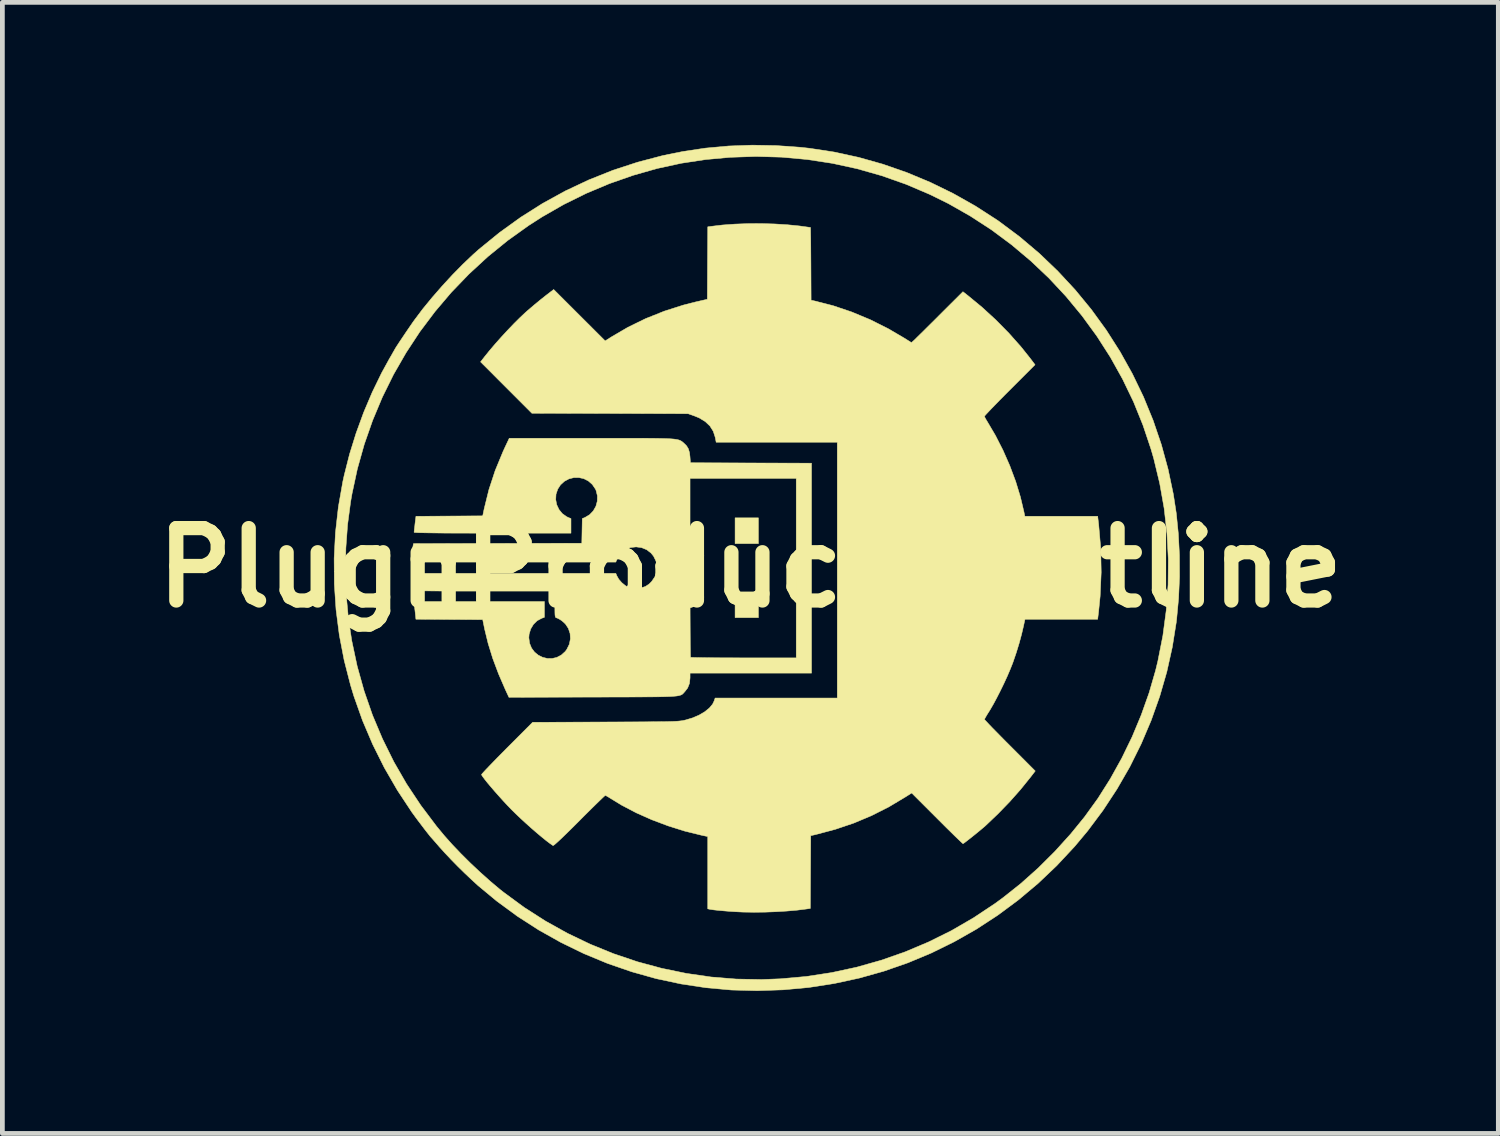
<source format=kicad_pcb>
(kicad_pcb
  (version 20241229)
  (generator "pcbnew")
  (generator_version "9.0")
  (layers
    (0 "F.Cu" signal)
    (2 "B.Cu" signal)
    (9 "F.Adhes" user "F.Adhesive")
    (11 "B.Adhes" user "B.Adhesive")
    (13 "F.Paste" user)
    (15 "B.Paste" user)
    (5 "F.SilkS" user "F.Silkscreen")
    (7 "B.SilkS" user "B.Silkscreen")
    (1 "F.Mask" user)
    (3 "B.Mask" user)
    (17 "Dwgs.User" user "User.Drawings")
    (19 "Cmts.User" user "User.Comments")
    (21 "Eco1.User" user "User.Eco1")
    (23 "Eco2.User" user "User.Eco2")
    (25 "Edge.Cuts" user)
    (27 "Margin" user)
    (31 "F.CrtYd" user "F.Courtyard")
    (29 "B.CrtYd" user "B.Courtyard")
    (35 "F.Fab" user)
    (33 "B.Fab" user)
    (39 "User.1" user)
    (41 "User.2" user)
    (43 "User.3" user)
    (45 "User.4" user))
  (footprint "PlugnProduce_Outline"
    (layer "F.Cu")
    (at 12.744 8.9)
    (property "Reference" "PlugnProduce_Outline" (at 0 0 0) (layer "F.SilkS") (effects (font (size 1.524 1.524) (thickness 0.3))))
    (attr through_hole)
    (fp_poly (pts (xy 0.169 -0.508) (xy -0.322 -0.508) (xy -0.322 -1.05) (xy 0.169 -1.05) (xy 0.169 -0.508)) (stroke (width 0.01) (type solid)) (fill yes) (layer "F.SilkS"))
    (fp_poly (pts (xy 0.169 1.05) (xy -0.322 1.05) (xy -0.322 0.508) (xy 0.169 0.508) (xy 0.169 1.05)) (stroke (width 0.01) (type solid)) (fill yes) (layer "F.SilkS"))
    (fp_poly (pts (xy -2.802 -2.726) (xy -2.577 -2.726) (xy -2.379 -2.726) (xy -2.207 -2.725) (xy -2.059 -2.724) (xy -1.933 -2.722) (xy -1.827 -2.72) (xy -1.738 -2.717) (xy -1.666 -2.713) (xy -1.607 -2.708) (xy -1.56 -2.701) (xy -1.523 -2.694) (xy -1.494 -2.685) (xy -1.471 -2.675) (xy -1.451 -2.664) (xy -1.433 -2.651) (xy -1.415 -2.636) (xy -1.4 -2.623) (xy -1.342 -2.565) (xy -1.304 -2.501) (xy -1.281 -2.421) (xy -1.271 -2.337) (xy -1.262 -2.21) (xy 0.013 -2.205) (xy 1.287 -2.201) (xy 1.287 2.218) (xy -1.27 2.218) (xy -1.27 2.32) (xy -1.282 2.434) (xy -1.32 2.53) (xy -1.377 2.604) (xy -1.393 2.622) (xy -1.407 2.638) (xy -1.421 2.652) (xy -1.436 2.665) (xy -1.454 2.675) (xy -1.478 2.684) (xy -1.509 2.692) (xy -1.55 2.699) (xy -1.602 2.704) (xy -1.667 2.709) (xy -1.748 2.712) (xy -1.846 2.715) (xy -1.963 2.717) (xy -2.101 2.718) (xy -2.262 2.719) (xy -2.449 2.72) (xy -2.663 2.721) (xy -2.905 2.721) (xy -3.179 2.722) (xy -3.307 2.722) (xy -5.082 2.727) (xy -5.159 2.561) (xy -5.3 2.235) (xy -5.422 1.91) (xy -5.52 1.593) (xy -5.594 1.29) (xy -5.596 1.278) (xy -5.634 1.092) (xy -6.337 1.088) (xy -7.04 1.083) (xy -7.051 0.978) (xy -7.059 0.905) (xy -7.068 0.83) (xy -7.072 0.792) (xy -7.082 0.711) (xy -4.335 0.711) (xy -4.335 1.043) (xy -4.391 1.063) (xy -4.488 1.115) (xy -4.567 1.193) (xy -4.624 1.289) (xy -4.657 1.398) (xy -4.663 1.473) (xy -4.647 1.59) (xy -4.606 1.691) (xy -4.543 1.775) (xy -4.464 1.84) (xy -4.373 1.885) (xy -4.275 1.909) (xy -4.173 1.91) (xy -4.074 1.887) (xy -3.98 1.838) (xy -3.897 1.763) (xy -3.864 1.718) (xy -3.81 1.609) (xy -3.788 1.496) (xy -3.795 1.384) (xy -3.831 1.277) (xy -3.894 1.182) (xy -3.966 1.117) (xy -4.015 1.085) (xy -4.059 1.062) (xy -4.076 1.056) (xy -4.09 1.051) (xy -4.101 1.043) (xy -4.107 1.025) (xy -4.112 0.994) (xy -4.114 0.943) (xy -4.115 0.869) (xy -4.115 0.769) (xy -4.115 0.491) (xy -5.603 0.491) (xy -5.863 0.491) (xy -6.092 0.491) (xy -6.29 0.491) (xy -6.461 0.49) (xy -6.606 0.489) (xy -6.728 0.488) (xy -6.828 0.487) (xy -6.909 0.486) (xy -6.972 0.484) (xy -7.02 0.481) (xy -7.055 0.478) (xy -7.079 0.475) (xy -7.093 0.471) (xy -7.1 0.467) (xy -7.102 0.464) (xy -7.106 0.436) (xy -7.11 0.383) (xy -7.112 0.315) (xy -7.112 0.278) (xy -7.112 0.119) (xy -2.832 0.119) (xy -2.809 0.173) (xy -2.768 0.244) (xy -2.706 0.315) (xy -2.634 0.374) (xy -2.6 0.395) (xy -2.549 0.416) (xy -2.489 0.428) (xy -2.409 0.431) (xy -2.405 0.431) (xy -2.296 0.423) (xy -2.208 0.394) (xy -2.131 0.342) (xy -2.08 0.292) (xy -2.012 0.193) (xy -1.974 0.084) (xy -1.966 -0.029) (xy -1.987 -0.14) (xy -2.038 -0.244) (xy -2.091 -0.309) (xy -2.181 -0.379) (xy -2.288 -0.423) (xy -2.404 -0.439) (xy -2.521 -0.426) (xy -2.533 -0.423) (xy -2.607 -0.389) (xy -2.683 -0.334) (xy -2.75 -0.266) (xy -2.798 -0.195) (xy -2.802 -0.188) (xy -2.833 -0.119) (xy -7.112 -0.119) (xy -7.112 -0.26) (xy -7.111 -0.334) (xy -7.107 -0.4) (xy -7.103 -0.448) (xy -7.101 -0.455) (xy -7.091 -0.508) (xy -5.319 -0.512) (xy -3.548 -0.516) (xy -3.538 -1.035) (xy -3.48 -1.059) (xy -3.383 -1.117) (xy -3.306 -1.198) (xy -3.251 -1.295) (xy -3.222 -1.402) (xy -3.22 -1.514) (xy -3.247 -1.624) (xy -3.261 -1.656) (xy -3.327 -1.753) (xy -3.41 -1.826) (xy -3.506 -1.875) (xy -3.528 -1.88) (xy -1.27 -1.88) (xy -1.27 -0.003) (xy -1.27 0.246) (xy -1.27 0.486) (xy -1.269 0.714) (xy -1.269 0.929) (xy -1.268 1.127) (xy -1.267 1.307) (xy -1.266 1.467) (xy -1.265 1.604) (xy -1.263 1.716) (xy -1.262 1.802) (xy -1.261 1.859) (xy -1.259 1.884) (xy -1.259 1.885) (xy -1.24 1.887) (xy -1.191 1.889) (xy -1.113 1.891) (xy -1.01 1.892) (xy -0.885 1.894) (xy -0.74 1.895) (xy -0.578 1.896) (xy -0.402 1.896) (xy -0.215 1.897) (xy -0.141 1.897) (xy 0.965 1.897) (xy 0.965 -1.88) (xy -1.27 -1.88) (xy -3.528 -1.88) (xy -3.61 -1.898) (xy -3.716 -1.897) (xy -3.819 -1.871) (xy -3.914 -1.82) (xy -3.996 -1.745) (xy -4.054 -1.656) (xy -4.091 -1.547) (xy -4.097 -1.435) (xy -4.076 -1.326) (xy -4.028 -1.225) (xy -3.958 -1.139) (xy -3.866 -1.074) (xy -3.835 -1.059) (xy -3.776 -1.035) (xy -3.776 -0.728) (xy -5.427 -0.728) (xy -5.732 -0.728) (xy -6.004 -0.729) (xy -6.243 -0.729) (xy -6.451 -0.73) (xy -6.627 -0.732) (xy -6.774 -0.734) (xy -6.891 -0.736) (xy -6.979 -0.738) (xy -7.039 -0.741) (xy -7.071 -0.744) (xy -7.078 -0.746) (xy -7.076 -0.77) (xy -7.071 -0.819) (xy -7.063 -0.884) (xy -7.059 -0.924) (xy -7.039 -1.083) (xy -5.634 -1.092) (xy -5.602 -1.245) (xy -5.503 -1.645) (xy -5.372 -2.044) (xy -5.207 -2.444) (xy -5.161 -2.544) (xy -5.075 -2.726) (xy -3.345 -2.726) (xy -3.057 -2.726) (xy -2.802 -2.726)) (stroke (width 0.01) (type solid)) (fill yes) (layer "F.SilkS"))
    (fp_poly (pts (xy 0.543 -8.886) (xy 1.044 -8.851) (xy 1.245 -8.829) (xy 1.763 -8.75) (xy 2.278 -8.638) (xy 2.789 -8.494) (xy 3.292 -8.319) (xy 3.786 -8.113) (xy 4.267 -7.878) (xy 4.734 -7.615) (xy 5.185 -7.324) (xy 5.233 -7.291) (xy 5.668 -6.966) (xy 6.082 -6.616) (xy 6.471 -6.243) (xy 6.837 -5.849) (xy 7.178 -5.434) (xy 7.493 -5) (xy 7.781 -4.548) (xy 8.041 -4.081) (xy 8.274 -3.598) (xy 8.477 -3.102) (xy 8.65 -2.593) (xy 8.792 -2.074) (xy 8.903 -1.546) (xy 8.965 -1.143) (xy 9.008 -0.712) (xy 9.031 -0.265) (xy 9.033 0.19) (xy 9.013 0.643) (xy 8.972 1.083) (xy 8.965 1.143) (xy 8.881 1.67) (xy 8.765 2.192) (xy 8.616 2.707) (xy 8.436 3.213) (xy 8.226 3.707) (xy 7.987 4.189) (xy 7.718 4.656) (xy 7.422 5.107) (xy 7.099 5.539) (xy 6.825 5.867) (xy 6.449 6.27) (xy 6.053 6.646) (xy 5.637 6.995) (xy 5.204 7.316) (xy 4.753 7.61) (xy 4.287 7.874) (xy 3.807 8.11) (xy 3.314 8.316) (xy 2.808 8.492) (xy 2.292 8.637) (xy 1.766 8.751) (xy 1.232 8.834) (xy 0.691 8.884) (xy 0.144 8.902) (xy -0.398 8.888) (xy -0.931 8.84) (xy -1.46 8.76) (xy -1.984 8.648) (xy -2.5 8.503) (xy -3.007 8.328) (xy -3.502 8.123) (xy -3.985 7.888) (xy -4.454 7.625) (xy -4.906 7.334) (xy -5.34 7.015) (xy -5.732 6.69) (xy -5.864 6.569) (xy -6.008 6.433) (xy -6.155 6.289) (xy -6.298 6.143) (xy -6.43 6.003) (xy -6.544 5.877) (xy -6.557 5.862) (xy -6.614 5.796) (xy -6.663 5.74) (xy -6.7 5.698) (xy -6.72 5.675) (xy -6.723 5.673) (xy -6.74 5.653) (xy -6.773 5.611) (xy -6.819 5.553) (xy -6.873 5.483) (xy -6.931 5.406) (xy -6.99 5.329) (xy -7.045 5.255) (xy -7.092 5.19) (xy -7.123 5.148) (xy -7.429 4.685) (xy -7.705 4.208) (xy -7.95 3.717) (xy -8.164 3.215) (xy -8.346 2.701) (xy -8.416 2.47) (xy -8.55 1.948) (xy -8.652 1.418) (xy -8.721 0.882) (xy -8.757 0.342) (xy -8.759 0.081) (xy -8.523 0.081) (xy -8.506 0.576) (xy -8.461 1.065) (xy -8.39 1.536) (xy -8.276 2.072) (xy -8.13 2.594) (xy -7.953 3.104) (xy -7.744 3.6) (xy -7.506 4.082) (xy -7.237 4.549) (xy -6.937 5.001) (xy -6.608 5.438) (xy -6.441 5.64) (xy -6.277 5.824) (xy -6.092 6.018) (xy -5.892 6.217) (xy -5.684 6.412) (xy -5.476 6.598) (xy -5.274 6.768) (xy -5.19 6.834) (xy -4.76 7.15) (xy -4.312 7.437) (xy -3.848 7.695) (xy -3.37 7.924) (xy -2.879 8.124) (xy -2.378 8.293) (xy -1.867 8.431) (xy -1.349 8.538) (xy -0.825 8.614) (xy -0.298 8.657) (xy 0.232 8.667) (xy 0.631 8.652) (xy 1.176 8.603) (xy 1.712 8.521) (xy 2.239 8.407) (xy 2.755 8.261) (xy 3.26 8.084) (xy 3.752 7.876) (xy 4.232 7.638) (xy 4.696 7.369) (xy 5.146 7.07) (xy 5.317 6.945) (xy 5.691 6.648) (xy 6.056 6.322) (xy 6.408 5.972) (xy 6.741 5.604) (xy 7.034 5.244) (xy 7.315 4.855) (xy 7.576 4.442) (xy 7.817 4.008) (xy 8.035 3.559) (xy 8.227 3.098) (xy 8.393 2.631) (xy 8.529 2.162) (xy 8.577 1.964) (xy 8.682 1.432) (xy 8.753 0.897) (xy 8.792 0.359) (xy 8.797 -0.179) (xy 8.769 -0.716) (xy 8.709 -1.25) (xy 8.615 -1.779) (xy 8.489 -2.302) (xy 8.432 -2.498) (xy 8.263 -3.002) (xy 8.064 -3.494) (xy 7.834 -3.971) (xy 7.577 -4.432) (xy 7.292 -4.876) (xy 6.981 -5.302) (xy 6.645 -5.709) (xy 6.285 -6.095) (xy 5.902 -6.458) (xy 5.498 -6.798) (xy 5.073 -7.114) (xy 4.628 -7.403) (xy 4.166 -7.666) (xy 3.772 -7.86) (xy 3.274 -8.072) (xy 2.766 -8.251) (xy 2.25 -8.398) (xy 1.726 -8.512) (xy 1.196 -8.593) (xy 0.66 -8.642) (xy 0.119 -8.657) (xy -0.426 -8.639) (xy -0.94 -8.592) (xy -1.454 -8.514) (xy -1.965 -8.403) (xy -2.47 -8.259) (xy -2.967 -8.085) (xy -3.453 -7.881) (xy -3.925 -7.648) (xy -4.381 -7.387) (xy -4.665 -7.205) (xy -5.108 -6.888) (xy -5.527 -6.547) (xy -5.922 -6.183) (xy -6.293 -5.798) (xy -6.637 -5.393) (xy -6.956 -4.969) (xy -7.247 -4.526) (xy -7.511 -4.067) (xy -7.746 -3.591) (xy -7.951 -3.101) (xy -8.127 -2.598) (xy -8.272 -2.082) (xy -8.385 -1.556) (xy -8.414 -1.389) (xy -8.478 -0.908) (xy -8.514 -0.416) (xy -8.523 0.081) (xy -8.759 0.081) (xy -8.761 -0.2) (xy -8.733 -0.741) (xy -8.672 -1.28) (xy -8.578 -1.815) (xy -8.549 -1.947) (xy -8.437 -2.389) (xy -8.299 -2.833) (xy -8.139 -3.271) (xy -7.958 -3.697) (xy -7.76 -4.104) (xy -7.597 -4.401) (xy -7.555 -4.472) (xy -7.521 -4.533) (xy -7.496 -4.576) (xy -7.485 -4.596) (xy -7.485 -4.597) (xy -7.475 -4.614) (xy -7.451 -4.653) (xy -7.413 -4.711) (xy -7.366 -4.782) (xy -7.312 -4.862) (xy -7.256 -4.946) (xy -7.2 -5.028) (xy -7.147 -5.105) (xy -7.102 -5.171) (xy -7.068 -5.218) (xy -6.895 -5.448) (xy -6.7 -5.686) (xy -6.49 -5.927) (xy -6.272 -6.164) (xy -6.052 -6.388) (xy -5.836 -6.593) (xy -5.715 -6.701) (xy -5.283 -7.053) (xy -4.835 -7.376) (xy -4.372 -7.669) (xy -3.893 -7.932) (xy -3.4 -8.164) (xy -2.894 -8.366) (xy -2.374 -8.536) (xy -1.842 -8.676) (xy -1.422 -8.761) (xy -0.949 -8.832) (xy -0.459 -8.877) (xy 0.04 -8.895) (xy 0.543 -8.886)) (stroke (width 0.01) (type solid)) (fill yes) (layer "F.SilkS"))
    (fp_poly (pts (xy 0.513 -7.236) (xy 0.783 -7.219) (xy 1.034 -7.194) (xy 1.082 -7.187) (xy 1.156 -7.177) (xy 1.215 -7.169) (xy 1.253 -7.164) (xy 1.264 -7.163) (xy 1.266 -7.146) (xy 1.267 -7.1) (xy 1.268 -7.026) (xy 1.27 -6.928) (xy 1.271 -6.81) (xy 1.272 -6.675) (xy 1.273 -6.526) (xy 1.274 -6.397) (xy 1.278 -5.632) (xy 1.346 -5.617) (xy 1.741 -5.516) (xy 2.135 -5.383) (xy 2.524 -5.221) (xy 2.903 -5.031) (xy 3.229 -4.84) (xy 3.39 -4.739) (xy 3.434 -4.778) (xy 3.456 -4.798) (xy 3.498 -4.84) (xy 3.559 -4.9) (xy 3.636 -4.975) (xy 3.725 -5.064) (xy 3.824 -5.162) (xy 3.931 -5.268) (xy 3.976 -5.314) (xy 4.474 -5.81) (xy 4.578 -5.729) (xy 4.874 -5.485) (xy 5.164 -5.219) (xy 5.44 -4.939) (xy 5.695 -4.652) (xy 5.888 -4.41) (xy 5.992 -4.273) (xy 5.46 -3.741) (xy 5.349 -3.63) (xy 5.246 -3.526) (xy 5.154 -3.431) (xy 5.074 -3.349) (xy 5.009 -3.28) (xy 4.961 -3.229) (xy 4.934 -3.198) (xy 4.928 -3.188) (xy 4.936 -3.164) (xy 4.959 -3.121) (xy 4.986 -3.077) (xy 5.158 -2.785) (xy 5.317 -2.473) (xy 5.46 -2.148) (xy 5.584 -1.817) (xy 5.684 -1.489) (xy 5.757 -1.181) (xy 5.777 -1.084) (xy 7.31 -1.084) (xy 7.33 -0.919) (xy 7.374 -0.409) (xy 7.384 0.096) (xy 7.362 0.598) (xy 7.33 0.919) (xy 7.31 1.084) (xy 5.78 1.084) (xy 5.75 1.223) (xy 5.709 1.398) (xy 5.657 1.59) (xy 5.597 1.786) (xy 5.533 1.973) (xy 5.518 2.015) (xy 5.468 2.14) (xy 5.407 2.283) (xy 5.337 2.435) (xy 5.262 2.589) (xy 5.187 2.736) (xy 5.115 2.87) (xy 5.05 2.983) (xy 5.031 3.014) (xy 4.989 3.08) (xy 4.956 3.136) (xy 4.934 3.176) (xy 4.928 3.192) (xy 4.939 3.207) (xy 4.973 3.243) (xy 5.025 3.299) (xy 5.094 3.371) (xy 5.178 3.456) (xy 5.273 3.553) (xy 5.378 3.659) (xy 5.462 3.743) (xy 5.996 4.278) (xy 5.899 4.404) (xy 5.686 4.668) (xy 5.459 4.924) (xy 5.213 5.178) (xy 4.953 5.426) (xy 4.913 5.461) (xy 4.858 5.507) (xy 4.793 5.561) (xy 4.723 5.618) (xy 4.653 5.674) (xy 4.588 5.725) (xy 4.534 5.767) (xy 4.495 5.796) (xy 4.476 5.808) (xy 4.476 5.808) (xy 4.461 5.797) (xy 4.425 5.763) (xy 4.371 5.711) (xy 4.299 5.642) (xy 4.214 5.558) (xy 4.117 5.463) (xy 4.012 5.358) (xy 3.929 5.275) (xy 3.395 4.741) (xy 3.268 4.822) (xy 2.91 5.036) (xy 2.547 5.219) (xy 2.175 5.375) (xy 1.787 5.506) (xy 1.378 5.615) (xy 1.317 5.629) (xy 1.27 5.639) (xy 1.266 6.405) (xy 1.262 7.171) (xy 1.177 7.183) (xy 0.986 7.207) (xy 0.77 7.226) (xy 0.54 7.24) (xy 0.304 7.249) (xy 0.073 7.251) (xy -0.145 7.248) (xy -0.195 7.246) (xy -0.316 7.24) (xy -0.44 7.232) (xy -0.561 7.222) (xy -0.672 7.212) (xy -0.765 7.202) (xy -0.835 7.192) (xy -0.859 7.188) (xy -0.897 7.179) (xy -0.897 5.658) (xy -1.029 5.63) (xy -1.382 5.543) (xy -1.732 5.433) (xy -2.075 5.304) (xy -2.403 5.158) (xy -2.71 4.997) (xy -2.954 4.848) (xy -3.002 4.818) (xy -3.039 4.798) (xy -3.054 4.792) (xy -3.069 4.804) (xy -3.105 4.837) (xy -3.16 4.89) (xy -3.231 4.959) (xy -3.317 5.043) (xy -3.413 5.138) (xy -3.519 5.243) (xy -3.601 5.326) (xy -3.739 5.464) (xy -3.859 5.582) (xy -3.959 5.679) (xy -4.04 5.755) (xy -4.1 5.809) (xy -4.138 5.84) (xy -4.154 5.848) (xy -4.215 5.806) (xy -4.296 5.745) (xy -4.392 5.667) (xy -4.498 5.578) (xy -4.611 5.48) (xy -4.725 5.378) (xy -4.836 5.276) (xy -4.94 5.177) (xy -5.032 5.086) (xy -5.117 4.998) (xy -5.205 4.903) (xy -5.294 4.804) (xy -5.38 4.707) (xy -5.46 4.614) (xy -5.531 4.53) (xy -5.589 4.457) (xy -5.632 4.4) (xy -5.656 4.363) (xy -5.659 4.355) (xy -5.649 4.339) (xy -5.616 4.302) (xy -5.565 4.247) (xy -5.496 4.175) (xy -5.413 4.089) (xy -5.318 3.991) (xy -5.213 3.885) (xy -5.123 3.794) (xy -4.583 3.253) (xy -3.049 3.247) (xy -2.786 3.246) (xy -2.555 3.245) (xy -2.353 3.244) (xy -2.178 3.243) (xy -2.028 3.241) (xy -1.901 3.24) (xy -1.793 3.239) (xy -1.704 3.237) (xy -1.631 3.235) (xy -1.571 3.232) (xy -1.522 3.229) (xy -1.482 3.225) (xy -1.449 3.221) (xy -1.421 3.217) (xy -1.394 3.211) (xy -1.368 3.205) (xy -1.363 3.204) (xy -1.213 3.159) (xy -1.077 3.1) (xy -0.96 3.031) (xy -0.864 2.953) (xy -0.795 2.871) (xy -0.762 2.802) (xy -0.742 2.743) (xy 1.829 2.743) (xy 1.829 -2.642) (xy -0.72 -2.642) (xy -0.74 -2.745) (xy -0.781 -2.872) (xy -0.851 -2.983) (xy -0.95 -3.077) (xy -1.077 -3.154) (xy -1.177 -3.195) (xy -1.312 -3.243) (xy -2.956 -3.248) (xy -4.599 -3.252) (xy -5.679 -4.333) (xy -5.596 -4.44) (xy -5.491 -4.57) (xy -5.371 -4.711) (xy -5.241 -4.857) (xy -5.107 -5.002) (xy -4.974 -5.141) (xy -4.847 -5.267) (xy -4.732 -5.375) (xy -4.682 -5.419) (xy -4.547 -5.534) (xy -4.428 -5.632) (xy -4.314 -5.723) (xy -4.278 -5.751) (xy -4.14 -5.857) (xy -3.598 -5.316) (xy -3.056 -4.775) (xy -2.929 -4.856) (xy -2.577 -5.062) (xy -2.204 -5.244) (xy -1.814 -5.4) (xy -1.413 -5.528) (xy -1.16 -5.593) (xy -0.906 -5.651) (xy -0.902 -6.414) (xy -0.897 -7.176) (xy -0.825 -7.186) (xy -0.588 -7.214) (xy -0.327 -7.233) (xy -0.051 -7.243) (xy 0.232 -7.244) (xy 0.513 -7.236)) (stroke (width 0.01) (type solid)) (fill yes) (layer "F.SilkS")))
  (gr_rect
    (start -3 -3)
    (end 28.487 20.807)
    (stroke (width 0.1) (type default))
    (fill no)
    (layer "Edge.Cuts")))
</source>
